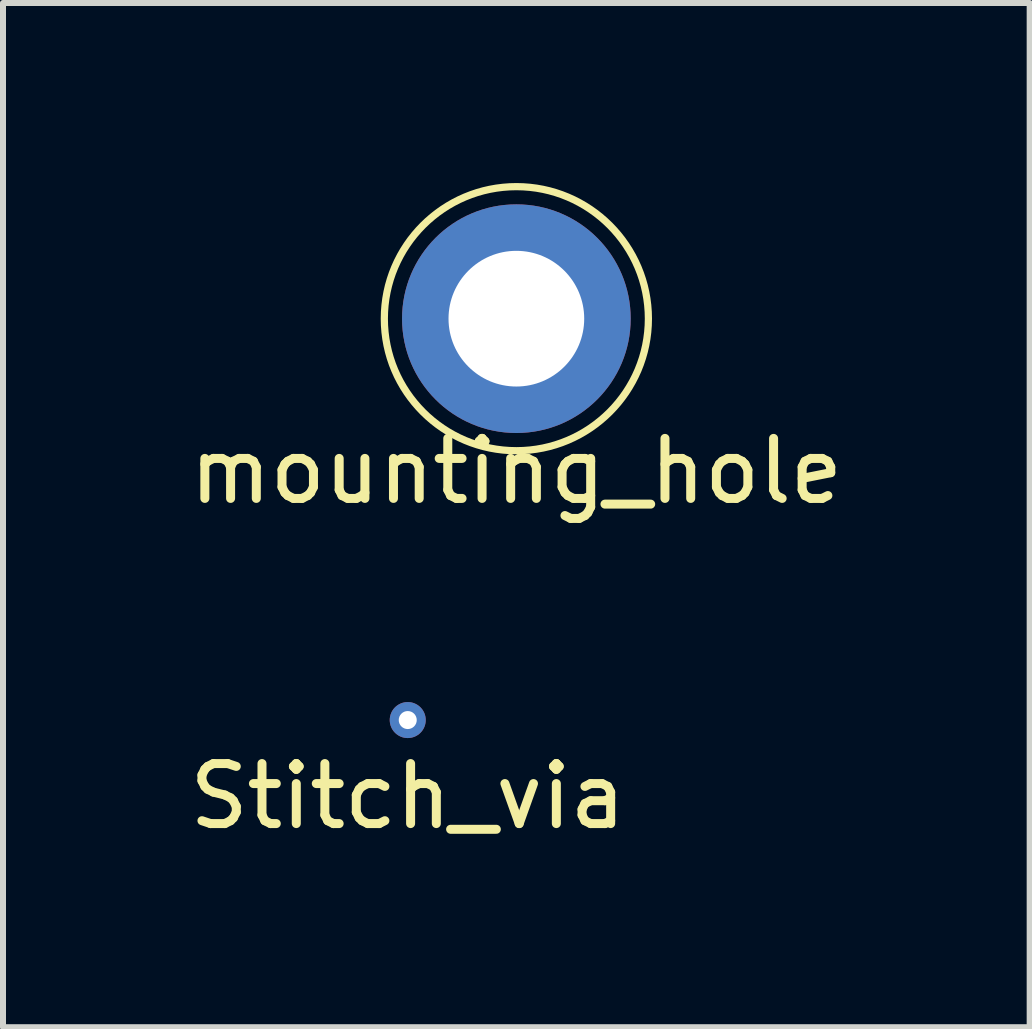
<source format=kicad_pcb>
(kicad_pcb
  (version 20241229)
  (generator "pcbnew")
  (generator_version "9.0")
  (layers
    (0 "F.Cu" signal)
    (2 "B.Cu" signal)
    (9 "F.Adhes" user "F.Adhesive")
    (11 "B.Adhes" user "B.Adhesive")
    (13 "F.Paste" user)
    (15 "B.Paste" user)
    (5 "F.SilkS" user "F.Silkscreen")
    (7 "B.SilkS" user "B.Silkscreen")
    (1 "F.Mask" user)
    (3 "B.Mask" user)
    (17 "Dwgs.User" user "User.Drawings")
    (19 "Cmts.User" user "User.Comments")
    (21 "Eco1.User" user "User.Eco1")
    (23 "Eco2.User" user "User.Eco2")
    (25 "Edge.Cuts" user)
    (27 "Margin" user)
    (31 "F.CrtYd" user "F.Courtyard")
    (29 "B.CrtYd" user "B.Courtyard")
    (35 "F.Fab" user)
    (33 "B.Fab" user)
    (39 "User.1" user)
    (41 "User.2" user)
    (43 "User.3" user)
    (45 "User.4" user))
  (footprint "Stitch_via"
    (layer "F.Cu")
    (at 3.744 8.948)
    (property "Reference" "Stitch_via" (at 0 1.27 0) (layer "F.SilkS") (effects (font (size 1 1) (thickness 0.15))))
    (attr through_hole)
    (pad "1" thru_hole circle (at 0 0) (size 0.6 0.6) (drill 0.3) (layers "*.Cu")))
  (footprint "mounting_hole"
    (layer "F.Cu")
    (at 5.554 2.26)
    (property "Reference" "mounting_hole" (at 0 2.54 0) (layer "F.SilkS") (effects (font (size 1 1) (thickness 0.15))))
    (attr through_hole)
    (fp_circle (center 0 0) (end 2.2 0) (stroke (width 0.12) (type solid)) (fill no) (layer "F.SilkS"))
    (pad "" smd circle (at 0 0) (size 4.064 4.064) (layers "F.Mask"))
    (pad "1" thru_hole circle (at 0 0) (size 3.81 3.81) (drill 2.261) (layers "*.Cu")))
  (gr_rect
    (start -3 -3)
    (end 14.107 14.066)
    (stroke (width 0.1) (type default))
    (fill no)
    (layer "Edge.Cuts")))
</source>
